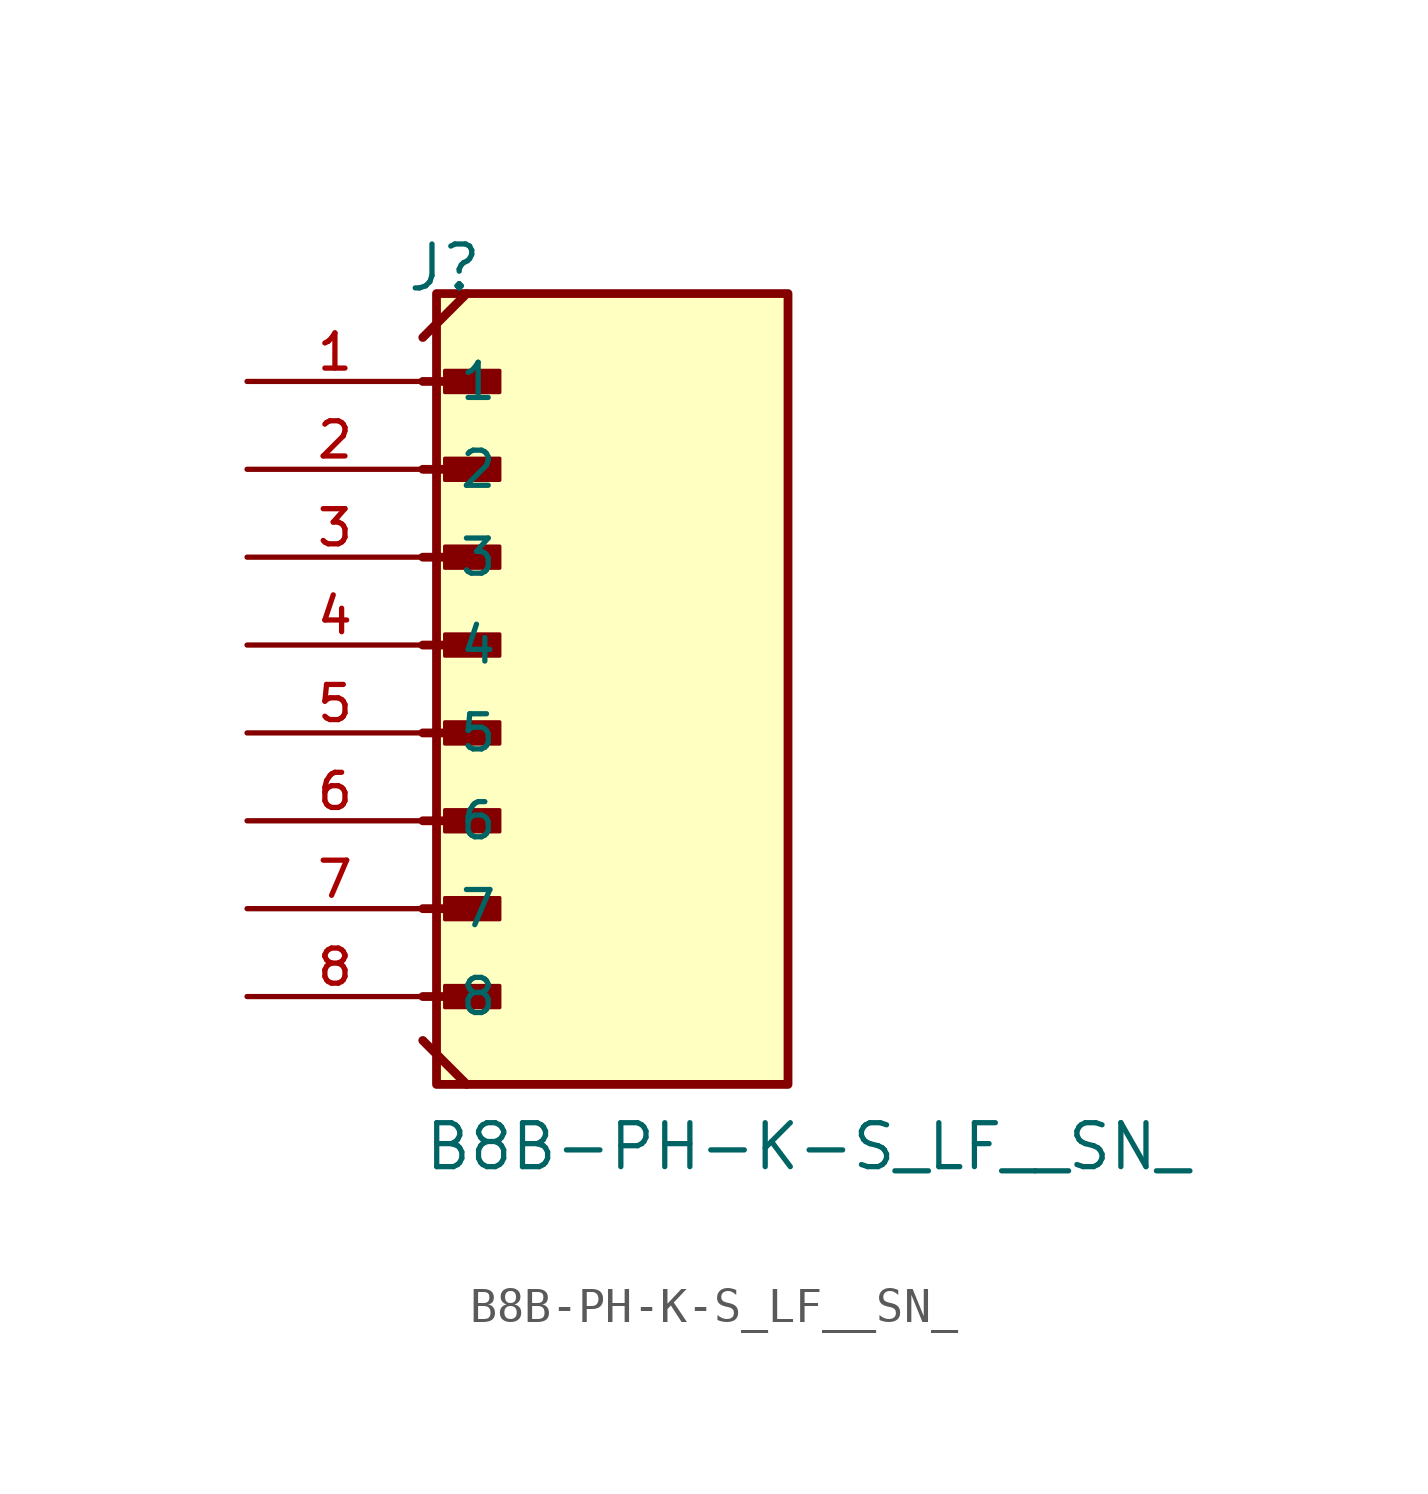
<source format=kicad_sym>
(kicad_symbol_lib
  (version 20211014)
  (generator kicad_symbol_editor)
  (symbol "B8B-PH-K-S_LF__SN_"
    (pin_names
      (offset 1.016))
    (property "Reference" "J"
      (at -5.58 12.7 0)
      (effects (font (size 1.27 1.27)) (justify bottom left)))
    (property "Value" "B8B-PH-K-S_LF__SN_"
      (at -5.08 -12.7 0)
      (effects (font (size 1.27 1.27)) (justify bottom left)))
    (symbol "B8B-PH-K-S_LF__SN__0_0"
      (polyline (pts (xy -5.08 10.16) (xy -3.175 10.16)) (stroke (width 0.254)))
      (rectangle (start -4.445 9.842) (end -2.857 10.477) (stroke (width 0.1)) (fill (type outline)))
      (polyline (pts (xy -5.08 7.62) (xy -3.175 7.62)) (stroke (width 0.254)))
      (rectangle (start -4.445 7.303) (end -2.857 7.938) (stroke (width 0.1)) (fill (type outline)))
      (polyline (pts (xy -5.08 5.08) (xy -3.175 5.08)) (stroke (width 0.254)))
      (rectangle (start -4.445 4.763) (end -2.857 5.397) (stroke (width 0.1)) (fill (type outline)))
      (polyline (pts (xy -5.08 2.54) (xy -3.175 2.54)) (stroke (width 0.254)))
      (rectangle (start -4.445 2.223) (end -2.857 2.857) (stroke (width 0.1)) (fill (type outline)))
      (polyline (pts (xy -5.08 0.0) (xy -3.175 0.0)) (stroke (width 0.254)))
      (rectangle (start -4.445 -0.318) (end -2.857 0.318) (stroke (width 0.1)) (fill (type outline)))
      (polyline (pts (xy -5.08 -2.54) (xy -3.175 -2.54)) (stroke (width 0.254)))
      (rectangle (start -4.445 -2.857) (end -2.857 -2.223) (stroke (width 0.1)) (fill (type outline)))
      (polyline (pts (xy -5.08 -5.08) (xy -3.175 -5.08)) (stroke (width 0.254)))
      (rectangle (start -4.445 -5.397) (end -2.857 -4.763) (stroke (width 0.1)) (fill (type outline)))
      (polyline (pts (xy -5.08 -7.62) (xy -3.175 -7.62)) (stroke (width 0.254)))
      (rectangle (start -4.445 -7.938) (end -2.857 -7.303) (stroke (width 0.1)) (fill (type outline)))
      (polyline (pts (xy -5.08 -8.89) (xy -3.81 -10.16)) (stroke (width 0.254)))
      (polyline (pts (xy -5.08 11.43) (xy -3.81 12.7)) (stroke (width 0.254)))
      (rectangle (start -4.683 -10.16) (end 5.477 12.7) (stroke (width 0.254)) (fill (type background)))
      (pin passive line (at -10.16 10.16 0) (length 5.08) (name "1" (effects (font (size 1.016 1.016)))) (number "1" (effects (font (size 1.016 1.016)))))
      (pin passive line (at -10.16 7.62 0) (length 5.08) (name "2" (effects (font (size 1.016 1.016)))) (number "2" (effects (font (size 1.016 1.016)))))
      (pin passive line (at -10.16 5.08 0) (length 5.08) (name "3" (effects (font (size 1.016 1.016)))) (number "3" (effects (font (size 1.016 1.016)))))
      (pin passive line (at -10.16 2.54 0) (length 5.08) (name "4" (effects (font (size 1.016 1.016)))) (number "4" (effects (font (size 1.016 1.016)))))
      (pin passive line (at -10.16 0.0 0) (length 5.08) (name "5" (effects (font (size 1.016 1.016)))) (number "5" (effects (font (size 1.016 1.016)))))
      (pin passive line (at -10.16 -2.54 0) (length 5.08) (name "6" (effects (font (size 1.016 1.016)))) (number "6" (effects (font (size 1.016 1.016)))))
      (pin passive line (at -10.16 -5.08 0) (length 5.08) (name "7" (effects (font (size 1.016 1.016)))) (number "7" (effects (font (size 1.016 1.016)))))
      (pin passive line (at -10.16 -7.62 0) (length 5.08) (name "8" (effects (font (size 1.016 1.016)))) (number "8" (effects (font (size 1.016 1.016))))))))
</source>
